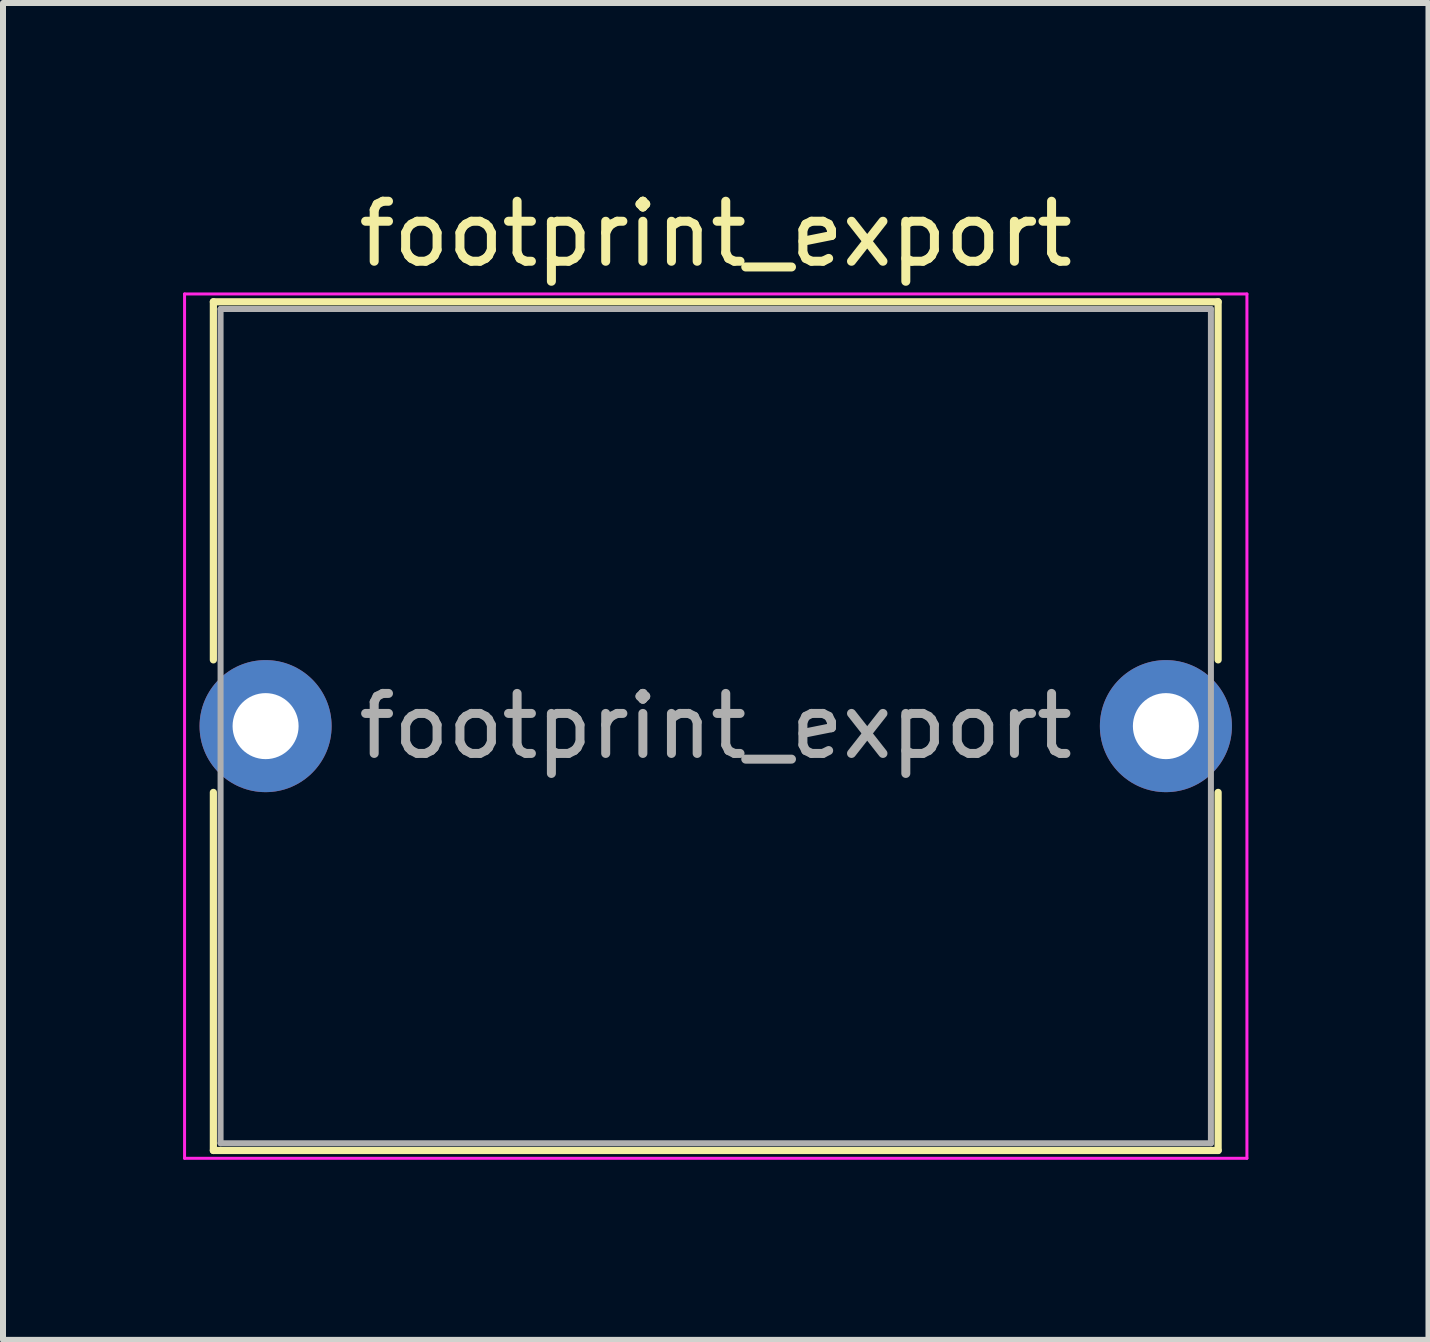
<source format=kicad_pcb>
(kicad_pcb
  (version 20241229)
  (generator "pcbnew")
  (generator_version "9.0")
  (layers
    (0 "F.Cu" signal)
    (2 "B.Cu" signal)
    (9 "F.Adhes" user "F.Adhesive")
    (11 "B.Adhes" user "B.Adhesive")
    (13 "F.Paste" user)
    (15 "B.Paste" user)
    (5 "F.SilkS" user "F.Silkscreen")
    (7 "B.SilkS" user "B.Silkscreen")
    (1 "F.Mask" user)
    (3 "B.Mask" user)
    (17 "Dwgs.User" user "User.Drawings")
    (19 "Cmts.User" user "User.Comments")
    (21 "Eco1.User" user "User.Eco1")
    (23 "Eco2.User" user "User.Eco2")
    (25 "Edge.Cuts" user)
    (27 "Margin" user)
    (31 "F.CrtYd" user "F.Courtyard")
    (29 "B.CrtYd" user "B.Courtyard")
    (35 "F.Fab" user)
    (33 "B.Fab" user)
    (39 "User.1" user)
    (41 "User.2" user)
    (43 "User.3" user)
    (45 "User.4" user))
  (footprint "footprint_export"
    (layer "F.Cu")
    (at 1.375 9.048)
    (property "Reference" "footprint_export" (at 7.5 -8.2 0) (layer "F.SilkS") (effects (font (size 1 1) (thickness 0.15))))
    (attr through_hole)
    (fp_line (start -0.87 -7.07) (end -0.87 -1.104) (stroke (width 0.12) (type solid)) (layer "F.SilkS"))
    (fp_line (start -0.87 -7.07) (end 15.87 -7.07) (stroke (width 0.12) (type solid)) (layer "F.SilkS"))
    (fp_line (start -0.87 1.104) (end -0.87 7.07) (stroke (width 0.12) (type solid)) (layer "F.SilkS"))
    (fp_line (start -0.87 7.07) (end 15.87 7.07) (stroke (width 0.12) (type solid)) (layer "F.SilkS"))
    (fp_line (start 15.87 -7.07) (end 15.87 -1.104) (stroke (width 0.12) (type solid)) (layer "F.SilkS"))
    (fp_line (start 15.87 1.104) (end 15.87 7.07) (stroke (width 0.12) (type solid)) (layer "F.SilkS"))
    (fp_line (start -1.35 -7.2) (end -1.35 7.2) (stroke (width 0.05) (type solid)) (layer "F.CrtYd"))
    (fp_line (start -1.35 7.2) (end 16.35 7.2) (stroke (width 0.05) (type solid)) (layer "F.CrtYd"))
    (fp_line (start 16.35 -7.2) (end -1.35 -7.2) (stroke (width 0.05) (type solid)) (layer "F.CrtYd"))
    (fp_line (start 16.35 7.2) (end 16.35 -7.2) (stroke (width 0.05) (type solid)) (layer "F.CrtYd"))
    (fp_line (start -0.75 -6.95) (end -0.75 6.95) (stroke (width 0.1) (type solid)) (layer "F.Fab"))
    (fp_line (start -0.75 6.95) (end 15.75 6.95) (stroke (width 0.1) (type solid)) (layer "F.Fab"))
    (fp_line (start 15.75 -6.95) (end -0.75 -6.95) (stroke (width 0.1) (type solid)) (layer "F.Fab"))
    (fp_line (start 15.75 6.95) (end 15.75 -6.95) (stroke (width 0.1) (type solid)) (layer "F.Fab"))
    (fp_text user "${REFERENCE}" (at 7.5 0 0) (layer "F.Fab") (effects (font (size 1 1) (thickness 0.15))))
    (pad "1" thru_hole circle (at 0 0) (size 2.2 2.2) (drill 1.1) (layers "*.Cu" "*.Mask"))
    (pad "2" thru_hole circle (at 15 0) (size 2.2 2.2) (drill 1.1) (layers "*.Cu" "*.Mask")))
  (gr_rect
    (start -3 -3)
    (end 20.75 19.273)
    (stroke (width 0.1) (type default))
    (fill no)
    (layer "Edge.Cuts")))
</source>
